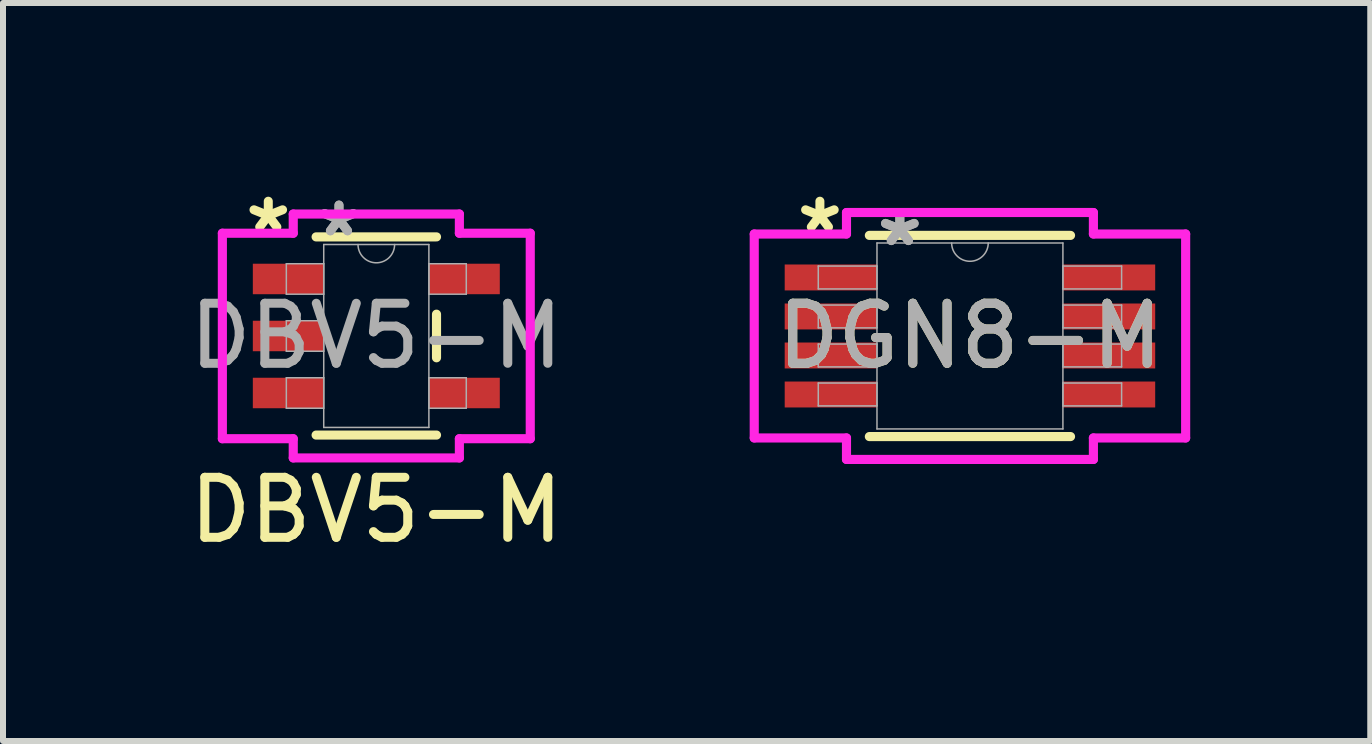
<source format=kicad_pcb>
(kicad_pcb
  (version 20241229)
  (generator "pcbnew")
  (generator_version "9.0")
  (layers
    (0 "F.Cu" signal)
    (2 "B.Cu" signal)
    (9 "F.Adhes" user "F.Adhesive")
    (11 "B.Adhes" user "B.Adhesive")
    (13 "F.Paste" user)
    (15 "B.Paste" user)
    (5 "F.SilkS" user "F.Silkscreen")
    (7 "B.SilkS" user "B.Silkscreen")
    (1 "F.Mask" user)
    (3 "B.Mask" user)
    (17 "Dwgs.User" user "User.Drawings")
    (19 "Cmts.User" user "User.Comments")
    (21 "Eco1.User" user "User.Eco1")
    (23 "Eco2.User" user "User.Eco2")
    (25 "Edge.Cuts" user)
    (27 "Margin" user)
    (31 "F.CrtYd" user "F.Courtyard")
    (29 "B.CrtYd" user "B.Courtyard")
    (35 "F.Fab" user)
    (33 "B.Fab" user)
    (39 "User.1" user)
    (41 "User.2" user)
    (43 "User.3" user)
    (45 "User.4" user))
  (footprint "DBV5-M"
    (layer "F.Cu")
    (at 3.22 2.548)
    (property "Reference" "DBV5-M" (at 0 2.9 0) (unlocked yes) (layer "F.SilkS") (effects (font (size 1 1) (thickness 0.15))))
    (attr smd)
    (fp_line (start -1.003 1.651) (end 1.003 1.651) (stroke (width 0.152) (type solid)) (layer "F.SilkS"))
    (fp_line (start 1.003 -1.651) (end -1.003 -1.651) (stroke (width 0.152) (type solid)) (layer "F.SilkS"))
    (fp_line (start 1.003 0.363) (end 1.003 -0.363) (stroke (width 0.152) (type solid)) (layer "F.SilkS"))
    (fp_line (start -2.565 -1.712) (end -1.384 -1.712) (stroke (width 0.152) (type solid)) (layer "F.CrtYd"))
    (fp_line (start -2.565 1.712) (end -2.565 -1.712) (stroke (width 0.152) (type solid)) (layer "F.CrtYd"))
    (fp_line (start -1.384 -2.032) (end 1.384 -2.032) (stroke (width 0.152) (type solid)) (layer "F.CrtYd"))
    (fp_line (start -1.384 -1.712) (end -1.384 -2.032) (stroke (width 0.152) (type solid)) (layer "F.CrtYd"))
    (fp_line (start -1.384 1.712) (end -2.565 1.712) (stroke (width 0.152) (type solid)) (layer "F.CrtYd"))
    (fp_line (start -1.384 2.032) (end -1.384 1.712) (stroke (width 0.152) (type solid)) (layer "F.CrtYd"))
    (fp_line (start 1.384 -2.032) (end 1.384 -1.712) (stroke (width 0.152) (type solid)) (layer "F.CrtYd"))
    (fp_line (start 1.384 -1.712) (end 2.565 -1.712) (stroke (width 0.152) (type solid)) (layer "F.CrtYd"))
    (fp_line (start 1.384 1.712) (end 1.384 2.032) (stroke (width 0.152) (type solid)) (layer "F.CrtYd"))
    (fp_line (start 1.384 2.032) (end -1.384 2.032) (stroke (width 0.152) (type solid)) (layer "F.CrtYd"))
    (fp_line (start 2.565 -1.712) (end 2.565 1.712) (stroke (width 0.152) (type solid)) (layer "F.CrtYd"))
    (fp_line (start 2.565 1.712) (end 1.384 1.712) (stroke (width 0.152) (type solid)) (layer "F.CrtYd"))
    (fp_line (start -1.499 -1.204) (end -1.499 -0.696) (stroke (width 0.025) (type solid)) (layer "F.Fab"))
    (fp_line (start -1.499 -0.696) (end -0.876 -0.696) (stroke (width 0.025) (type solid)) (layer "F.Fab"))
    (fp_line (start -1.499 -0.254) (end -1.499 0.254) (stroke (width 0.025) (type solid)) (layer "F.Fab"))
    (fp_line (start -1.499 0.254) (end -0.876 0.254) (stroke (width 0.025) (type solid)) (layer "F.Fab"))
    (fp_line (start -1.499 0.696) (end -1.499 1.204) (stroke (width 0.025) (type solid)) (layer "F.Fab"))
    (fp_line (start -1.499 1.204) (end -0.876 1.204) (stroke (width 0.025) (type solid)) (layer "F.Fab"))
    (fp_line (start -0.876 -1.524) (end -0.876 1.524) (stroke (width 0.025) (type solid)) (layer "F.Fab"))
    (fp_line (start -0.876 -1.204) (end -1.499 -1.204) (stroke (width 0.025) (type solid)) (layer "F.Fab"))
    (fp_line (start -0.876 -0.696) (end -0.876 -1.204) (stroke (width 0.025) (type solid)) (layer "F.Fab"))
    (fp_line (start -0.876 -0.254) (end -1.499 -0.254) (stroke (width 0.025) (type solid)) (layer "F.Fab"))
    (fp_line (start -0.876 0.254) (end -0.876 -0.254) (stroke (width 0.025) (type solid)) (layer "F.Fab"))
    (fp_line (start -0.876 0.696) (end -1.499 0.696) (stroke (width 0.025) (type solid)) (layer "F.Fab"))
    (fp_line (start -0.876 1.204) (end -0.876 0.696) (stroke (width 0.025) (type solid)) (layer "F.Fab"))
    (fp_line (start -0.876 1.524) (end 0.876 1.524) (stroke (width 0.025) (type solid)) (layer "F.Fab"))
    (fp_line (start 0.876 -1.524) (end -0.876 -1.524) (stroke (width 0.025) (type solid)) (layer "F.Fab"))
    (fp_line (start 0.876 -1.204) (end 0.876 -0.696) (stroke (width 0.025) (type solid)) (layer "F.Fab"))
    (fp_line (start 0.876 -0.696) (end 1.499 -0.696) (stroke (width 0.025) (type solid)) (layer "F.Fab"))
    (fp_line (start 0.876 0.696) (end 0.876 1.204) (stroke (width 0.025) (type solid)) (layer "F.Fab"))
    (fp_line (start 0.876 1.204) (end 1.499 1.204) (stroke (width 0.025) (type solid)) (layer "F.Fab"))
    (fp_line (start 0.876 1.524) (end 0.876 -1.524) (stroke (width 0.025) (type solid)) (layer "F.Fab"))
    (fp_line (start 1.499 -1.204) (end 0.876 -1.204) (stroke (width 0.025) (type solid)) (layer "F.Fab"))
    (fp_line (start 1.499 -0.696) (end 1.499 -1.204) (stroke (width 0.025) (type solid)) (layer "F.Fab"))
    (fp_line (start 1.499 0.696) (end 0.876 0.696) (stroke (width 0.025) (type solid)) (layer "F.Fab"))
    (fp_line (start 1.499 1.204) (end 1.499 0.696) (stroke (width 0.025) (type solid)) (layer "F.Fab"))
    (fp_arc (start 0.3048 -1.524) (mid 0 -1.2192) (end -0.3048 -1.524) (stroke (width 0.0254) (type solid)) (layer "F.Fab"))
    (fp_text user "*" (at -1.8 -1.7 0) (unlocked yes) (layer "F.SilkS") (effects (font (size 1 1) (thickness 0.15))))
    (fp_text user "*" (at -0.622 -1.636 0) (layer "F.Fab") (effects (font (size 1 1) (thickness 0.15))))
    (fp_text user "*" (at -0.622 -1.636 0) (unlocked yes) (layer "F.Fab") (effects (font (size 1 1) (thickness 0.15))))
    (fp_text user "${REFERENCE}" (at 0 0 0) (unlocked yes) (layer "F.Fab") (effects (font (size 1 1) (thickness 0.15))))
    (pad "1" smd rect (at -1.467 -0.95) (size 1.181 0.508) (layers "F.Cu" "F.Mask" "F.Paste"))
    (pad "2" smd rect (at -1.467 0) (size 1.181 0.508) (layers "F.Cu" "F.Mask" "F.Paste"))
    (pad "3" smd rect (at -1.467 0.95) (size 1.181 0.508) (layers "F.Cu" "F.Mask" "F.Paste"))
    (pad "4" smd rect (at 1.467 0.95) (size 1.181 0.508) (layers "F.Cu" "F.Mask" "F.Paste"))
    (pad "5" smd rect (at 1.467 -0.95) (size 1.181 0.508) (layers "F.Cu" "F.Mask" "F.Paste")))
  (footprint "DGN8-M"
    (layer "F.Cu")
    (at 13.111 2.548)
    (property "Reference" "DGN8-M" (at 0 0 0) (unlocked yes) (layer "F.SilkS") (effects (font (size 1 1) (thickness 0.15))))
    (attr smd allow_soldermask_bridges)
    (fp_line (start -1.676 1.676) (end 1.676 1.676) (stroke (width 0.152) (type solid)) (layer "F.SilkS"))
    (fp_line (start 1.676 -1.676) (end -1.676 -1.676) (stroke (width 0.152) (type solid)) (layer "F.SilkS"))
    (fp_line (start -3.594 -1.699) (end -2.057 -1.699) (stroke (width 0.152) (type solid)) (layer "F.CrtYd"))
    (fp_line (start -3.594 1.699) (end -3.594 -1.699) (stroke (width 0.152) (type solid)) (layer "F.CrtYd"))
    (fp_line (start -3.594 1.699) (end -2.057 1.699) (stroke (width 0.152) (type solid)) (layer "F.CrtYd"))
    (fp_line (start -2.057 -2.057) (end 2.057 -2.057) (stroke (width 0.152) (type solid)) (layer "F.CrtYd"))
    (fp_line (start -2.057 -1.699) (end -2.057 -2.057) (stroke (width 0.152) (type solid)) (layer "F.CrtYd"))
    (fp_line (start -2.057 2.057) (end -2.057 1.699) (stroke (width 0.152) (type solid)) (layer "F.CrtYd"))
    (fp_line (start 2.057 -2.057) (end 2.057 -1.699) (stroke (width 0.152) (type solid)) (layer "F.CrtYd"))
    (fp_line (start 2.057 1.699) (end 2.057 2.057) (stroke (width 0.152) (type solid)) (layer "F.CrtYd"))
    (fp_line (start 2.057 2.057) (end -2.057 2.057) (stroke (width 0.152) (type solid)) (layer "F.CrtYd"))
    (fp_line (start 3.594 -1.699) (end 2.057 -1.699) (stroke (width 0.152) (type solid)) (layer "F.CrtYd"))
    (fp_line (start 3.594 -1.699) (end 3.594 1.699) (stroke (width 0.152) (type solid)) (layer "F.CrtYd"))
    (fp_line (start 3.594 1.699) (end 2.057 1.699) (stroke (width 0.152) (type solid)) (layer "F.CrtYd"))
    (fp_line (start -2.527 -1.165) (end -2.527 -0.784) (stroke (width 0.025) (type solid)) (layer "F.Fab"))
    (fp_line (start -2.527 -0.784) (end -1.549 -0.784) (stroke (width 0.025) (type solid)) (layer "F.Fab"))
    (fp_line (start -2.527 -0.515) (end -2.527 -0.135) (stroke (width 0.025) (type solid)) (layer "F.Fab"))
    (fp_line (start -2.527 -0.135) (end -1.549 -0.135) (stroke (width 0.025) (type solid)) (layer "F.Fab"))
    (fp_line (start -2.527 0.135) (end -2.527 0.515) (stroke (width 0.025) (type solid)) (layer "F.Fab"))
    (fp_line (start -2.527 0.515) (end -1.549 0.515) (stroke (width 0.025) (type solid)) (layer "F.Fab"))
    (fp_line (start -2.527 0.784) (end -2.527 1.165) (stroke (width 0.025) (type solid)) (layer "F.Fab"))
    (fp_line (start -2.527 1.165) (end -1.549 1.165) (stroke (width 0.025) (type solid)) (layer "F.Fab"))
    (fp_line (start -1.549 -1.549) (end -1.549 1.549) (stroke (width 0.025) (type solid)) (layer "F.Fab"))
    (fp_line (start -1.549 -1.165) (end -2.527 -1.165) (stroke (width 0.025) (type solid)) (layer "F.Fab"))
    (fp_line (start -1.549 -0.784) (end -1.549 -1.165) (stroke (width 0.025) (type solid)) (layer "F.Fab"))
    (fp_line (start -1.549 -0.515) (end -2.527 -0.515) (stroke (width 0.025) (type solid)) (layer "F.Fab"))
    (fp_line (start -1.549 -0.135) (end -1.549 -0.515) (stroke (width 0.025) (type solid)) (layer "F.Fab"))
    (fp_line (start -1.549 0.135) (end -2.527 0.135) (stroke (width 0.025) (type solid)) (layer "F.Fab"))
    (fp_line (start -1.549 0.515) (end -1.549 0.135) (stroke (width 0.025) (type solid)) (layer "F.Fab"))
    (fp_line (start -1.549 0.784) (end -2.527 0.784) (stroke (width 0.025) (type solid)) (layer "F.Fab"))
    (fp_line (start -1.549 1.165) (end -1.549 0.784) (stroke (width 0.025) (type solid)) (layer "F.Fab"))
    (fp_line (start -1.549 1.549) (end 1.549 1.549) (stroke (width 0.025) (type solid)) (layer "F.Fab"))
    (fp_line (start 1.549 -1.549) (end -1.549 -1.549) (stroke (width 0.025) (type solid)) (layer "F.Fab"))
    (fp_line (start 1.549 -1.165) (end 1.549 -0.784) (stroke (width 0.025) (type solid)) (layer "F.Fab"))
    (fp_line (start 1.549 -0.784) (end 2.527 -0.784) (stroke (width 0.025) (type solid)) (layer "F.Fab"))
    (fp_line (start 1.549 -0.515) (end 1.549 -0.135) (stroke (width 0.025) (type solid)) (layer "F.Fab"))
    (fp_line (start 1.549 -0.135) (end 2.527 -0.135) (stroke (width 0.025) (type solid)) (layer "F.Fab"))
    (fp_line (start 1.549 0.135) (end 1.549 0.515) (stroke (width 0.025) (type solid)) (layer "F.Fab"))
    (fp_line (start 1.549 0.515) (end 2.527 0.515) (stroke (width 0.025) (type solid)) (layer "F.Fab"))
    (fp_line (start 1.549 0.784) (end 1.549 1.165) (stroke (width 0.025) (type solid)) (layer "F.Fab"))
    (fp_line (start 1.549 1.165) (end 2.527 1.165) (stroke (width 0.025) (type solid)) (layer "F.Fab"))
    (fp_line (start 1.549 1.549) (end 1.549 -1.549) (stroke (width 0.025) (type solid)) (layer "F.Fab"))
    (fp_line (start 2.527 -1.165) (end 1.549 -1.165) (stroke (width 0.025) (type solid)) (layer "F.Fab"))
    (fp_line (start 2.527 -0.784) (end 2.527 -1.165) (stroke (width 0.025) (type solid)) (layer "F.Fab"))
    (fp_line (start 2.527 -0.515) (end 1.549 -0.515) (stroke (width 0.025) (type solid)) (layer "F.Fab"))
    (fp_line (start 2.527 -0.135) (end 2.527 -0.515) (stroke (width 0.025) (type solid)) (layer "F.Fab"))
    (fp_line (start 2.527 0.135) (end 1.549 0.135) (stroke (width 0.025) (type solid)) (layer "F.Fab"))
    (fp_line (start 2.527 0.515) (end 2.527 0.135) (stroke (width 0.025) (type solid)) (layer "F.Fab"))
    (fp_line (start 2.527 0.784) (end 1.549 0.784) (stroke (width 0.025) (type solid)) (layer "F.Fab"))
    (fp_line (start 2.527 1.165) (end 2.527 0.784) (stroke (width 0.025) (type solid)) (layer "F.Fab"))
    (fp_arc (start 0.3048 -1.5494) (mid 0 -1.2446) (end -0.3048 -1.5494) (stroke (width 0.0254) (type solid)) (layer "F.Fab"))
    (fp_text user "*" (at -2.5 -1.7 0) (layer "F.SilkS") (effects (font (size 1 1) (thickness 0.15))))
    (fp_text user "*" (at -1.168 -1.473 0) (layer "F.Fab") (effects (font (size 1 1) (thickness 0.15))))
    (fp_text user "*" (at -1.168 -1.473 0) (unlocked yes) (layer "F.Fab") (effects (font (size 1 1) (thickness 0.15))))
    (fp_text user "${REFERENCE}" (at 0 0 0) (unlocked yes) (layer "F.Fab") (effects (font (size 1 1) (thickness 0.15))))
    (pad "1" smd rect (at -2.318 -0.975) (size 1.537 0.432) (layers "F.Cu" "F.Mask" "F.Paste"))
    (pad "2" smd rect (at -2.318 -0.325) (size 1.537 0.432) (layers "F.Cu" "F.Mask" "F.Paste"))
    (pad "3" smd rect (at -2.318 0.325) (size 1.537 0.432) (layers "F.Cu" "F.Mask" "F.Paste"))
    (pad "4" smd rect (at -2.318 0.975) (size 1.537 0.432) (layers "F.Cu" "F.Mask" "F.Paste"))
    (pad "5" smd rect (at 2.318 0.975) (size 1.537 0.432) (layers "F.Cu" "F.Mask" "F.Paste"))
    (pad "6" smd rect (at 2.318 0.325) (size 1.537 0.432) (layers "F.Cu" "F.Mask" "F.Paste"))
    (pad "7" smd rect (at 2.318 -0.325) (size 1.537 0.432) (layers "F.Cu" "F.Mask" "F.Paste"))
    (pad "8" smd rect (at 2.318 -0.975) (size 1.537 0.432) (layers "F.Cu" "F.Mask" "F.Paste")))
  (gr_rect
    (start -3 -3)
    (end 19.781 9.296)
    (stroke (width 0.1) (type default))
    (fill no)
    (layer "Edge.Cuts")))
</source>
